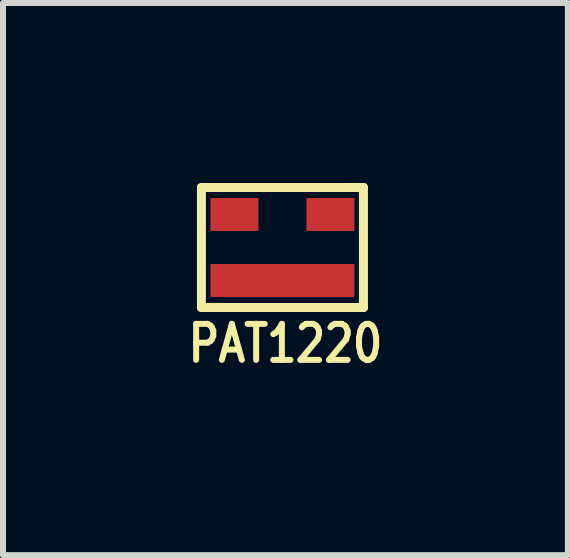
<source format=kicad_pcb>
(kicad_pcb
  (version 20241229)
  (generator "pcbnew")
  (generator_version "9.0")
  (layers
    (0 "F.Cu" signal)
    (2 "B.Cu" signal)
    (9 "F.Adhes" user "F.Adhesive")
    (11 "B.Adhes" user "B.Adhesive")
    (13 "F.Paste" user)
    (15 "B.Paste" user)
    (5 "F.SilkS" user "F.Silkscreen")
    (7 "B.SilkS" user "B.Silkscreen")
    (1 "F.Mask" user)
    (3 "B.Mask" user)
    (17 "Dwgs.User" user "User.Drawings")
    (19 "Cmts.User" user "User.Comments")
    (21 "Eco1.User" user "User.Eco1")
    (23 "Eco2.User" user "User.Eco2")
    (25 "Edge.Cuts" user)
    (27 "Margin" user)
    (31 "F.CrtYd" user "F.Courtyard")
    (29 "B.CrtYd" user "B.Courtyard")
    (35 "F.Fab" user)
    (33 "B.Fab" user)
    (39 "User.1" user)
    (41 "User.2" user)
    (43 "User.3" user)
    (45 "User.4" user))
  (footprint "PAT1220"
    (layer "F.Cu")
    (at 1.657 1.075)
    (property "Reference" "PAT1220" (at 0.05 1.6 0) (layer "F.SilkS") (effects (font (size 0.6 0.5) (thickness 0.1))))
    (attr through_hole)
    (fp_line (start -1.35 -1) (end 1.35 -1) (stroke (width 0.15) (type solid)) (layer "F.SilkS"))
    (fp_line (start -1.35 1) (end -1.35 -1) (stroke (width 0.15) (type solid)) (layer "F.SilkS"))
    (fp_line (start 1.35 -1) (end 1.35 1) (stroke (width 0.15) (type solid)) (layer "F.SilkS"))
    (fp_line (start 1.35 1) (end -1.35 1) (stroke (width 0.15) (type solid)) (layer "F.SilkS"))
    (pad "1" smd rect (at -0.8 -0.55) (size 0.8 0.55) (layers "F.Cu" "F.Mask" "F.Paste"))
    (pad "2" smd rect (at 0.8 -0.55) (size 0.8 0.55) (layers "F.Cu" "F.Mask" "F.Paste"))
    (pad "3" smd rect (at 0 0.55) (size 2.4 0.55) (layers "F.Cu" "F.Mask" "F.Paste")))
  (gr_rect
    (start -3 -3)
    (end 6.414 6.202)
    (stroke (width 0.1) (type default))
    (fill no)
    (layer "Edge.Cuts")))
</source>
